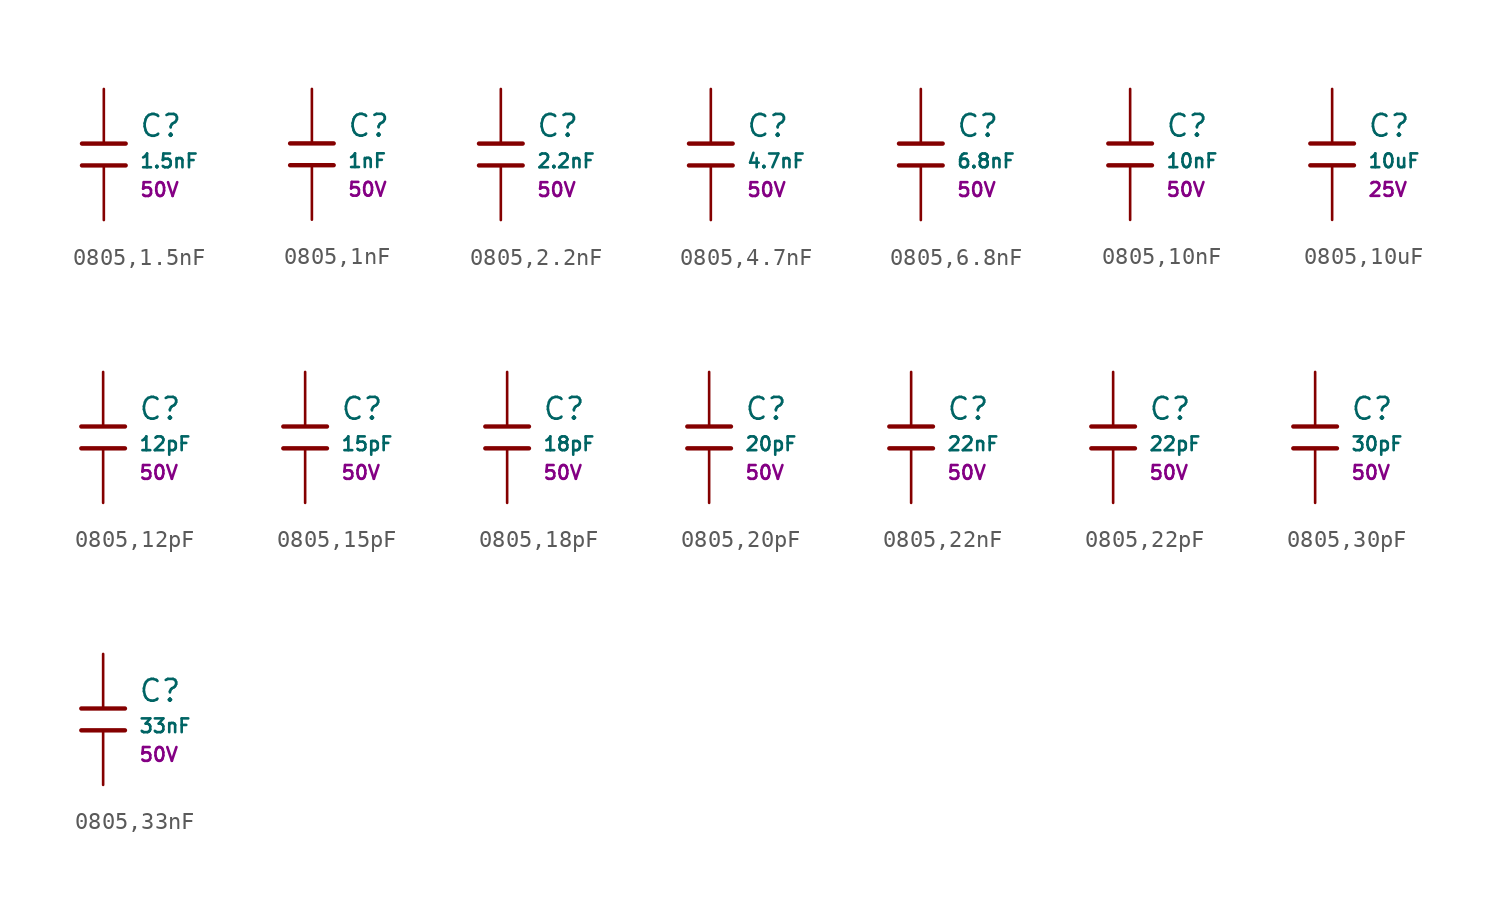
<source format=kicad_sym>
(kicad_symbol_lib
  (version 20241209)
  (generator "kicad_symbol_editor")
  (generator_version "9.0")
  (symbol "0805,1.5nF"
    (pin_numbers
      (hide yes))
    (pin_names
      (offset 0))
    (property "Reference" "C"
      (at 2.032 1.668 0)
      (effects (font (size 1.27 1.27)) (justify left)))
    (property "Value" "1.5nF"
      (at 2.032 -0.378 0)
      (effects (font (size 0.8 0.8)) (justify left)))
    (property "Voltage Rated" "50V"
      (at 2.032 -2.046 0)
      (effects (font (size 0.8 0.8)) (justify left)))
    (symbol "0805,1.5nF_0_1"
      (polyline (pts (xy -1.27 0.635) (xy 1.27 0.635)) (stroke (width 0.254) (type default)) (fill (type none)))
      (polyline (pts (xy -1.27 -0.635) (xy 1.27 -0.635)) (stroke (width 0.254) (type default)) (fill (type none))))
    (symbol "0805,1.5nF_1_1"
      (pin passive line (at 0 3.81 270) (length 3.175) (name "~" (effects (font (size 1.27 1.27)))) (number "1" (effects (font (size 1.27 1.27)))))
      (pin passive line (at 0 -3.81 90) (length 3.175) (name "~" (effects (font (size 1.27 1.27)))) (number "2" (effects (font (size 1.27 1.27)))))))
  (symbol "0805,1nF"
    (pin_numbers
      (hide yes))
    (pin_names
      (offset 0))
    (property "Reference" "C"
      (at 2.032 1.668 0)
      (effects (font (size 1.27 1.27)) (justify left)))
    (property "Value" "1nF"
      (at 2.032 -0.378 0)
      (effects (font (size 0.8 0.8)) (justify left)))
    (property "Voltage Rated" "50V"
      (at 2.032 -2.046 0)
      (effects (font (size 0.8 0.8)) (justify left)))
    (symbol "0805,1nF_0_1"
      (polyline (pts (xy -1.27 0.635) (xy 1.27 0.635)) (stroke (width 0.254) (type default)) (fill (type none)))
      (polyline (pts (xy -1.27 -0.635) (xy 1.27 -0.635)) (stroke (width 0.254) (type default)) (fill (type none))))
    (symbol "0805,1nF_1_1"
      (pin passive line (at 0 3.81 270) (length 3.175) (name "~" (effects (font (size 1.27 1.27)))) (number "1" (effects (font (size 1.27 1.27)))))
      (pin passive line (at 0 -3.81 90) (length 3.175) (name "~" (effects (font (size 1.27 1.27)))) (number "2" (effects (font (size 1.27 1.27)))))))
  (symbol "0805,2.2nF"
    (pin_numbers
      (hide yes))
    (pin_names
      (offset 0))
    (property "Reference" "C"
      (at 2.032 1.668 0)
      (effects (font (size 1.27 1.27)) (justify left)))
    (property "Value" "2.2nF"
      (at 2.032 -0.378 0)
      (effects (font (size 0.8 0.8)) (justify left)))
    (property "Voltage Rated" "50V"
      (at 2.032 -2.046 0)
      (effects (font (size 0.8 0.8)) (justify left)))
    (symbol "0805,2.2nF_0_1"
      (polyline (pts (xy -1.27 0.635) (xy 1.27 0.635)) (stroke (width 0.254) (type default)) (fill (type none)))
      (polyline (pts (xy -1.27 -0.635) (xy 1.27 -0.635)) (stroke (width 0.254) (type default)) (fill (type none))))
    (symbol "0805,2.2nF_1_1"
      (pin passive line (at 0 3.81 270) (length 3.175) (name "~" (effects (font (size 1.27 1.27)))) (number "1" (effects (font (size 1.27 1.27)))))
      (pin passive line (at 0 -3.81 90) (length 3.175) (name "~" (effects (font (size 1.27 1.27)))) (number "2" (effects (font (size 1.27 1.27)))))))
  (symbol "0805,4.7nF"
    (pin_numbers
      (hide yes))
    (pin_names
      (offset 0))
    (property "Reference" "C"
      (at 2.032 1.668 0)
      (effects (font (size 1.27 1.27)) (justify left)))
    (property "Value" "4.7nF"
      (at 2.032 -0.378 0)
      (effects (font (size 0.8 0.8)) (justify left)))
    (property "Voltage Rated" "50V"
      (at 2.032 -2.046 0)
      (effects (font (size 0.8 0.8)) (justify left)))
    (symbol "0805,4.7nF_0_1"
      (polyline (pts (xy -1.27 0.635) (xy 1.27 0.635)) (stroke (width 0.254) (type default)) (fill (type none)))
      (polyline (pts (xy -1.27 -0.635) (xy 1.27 -0.635)) (stroke (width 0.254) (type default)) (fill (type none))))
    (symbol "0805,4.7nF_1_1"
      (pin passive line (at 0 3.81 270) (length 3.175) (name "~" (effects (font (size 1.27 1.27)))) (number "1" (effects (font (size 1.27 1.27)))))
      (pin passive line (at 0 -3.81 90) (length 3.175) (name "~" (effects (font (size 1.27 1.27)))) (number "2" (effects (font (size 1.27 1.27)))))))
  (symbol "0805,6.8nF"
    (pin_numbers
      (hide yes))
    (pin_names
      (offset 0))
    (property "Reference" "C"
      (at 2.032 1.668 0)
      (effects (font (size 1.27 1.27)) (justify left)))
    (property "Value" "6.8nF"
      (at 2.032 -0.378 0)
      (effects (font (size 0.8 0.8)) (justify left)))
    (property "Voltage Rated" "50V"
      (at 2.032 -2.046 0)
      (effects (font (size 0.8 0.8)) (justify left)))
    (symbol "0805,6.8nF_0_1"
      (polyline (pts (xy -1.27 0.635) (xy 1.27 0.635)) (stroke (width 0.254) (type default)) (fill (type none)))
      (polyline (pts (xy -1.27 -0.635) (xy 1.27 -0.635)) (stroke (width 0.254) (type default)) (fill (type none))))
    (symbol "0805,6.8nF_1_1"
      (pin passive line (at 0 3.81 270) (length 3.175) (name "~" (effects (font (size 1.27 1.27)))) (number "1" (effects (font (size 1.27 1.27)))))
      (pin passive line (at 0 -3.81 90) (length 3.175) (name "~" (effects (font (size 1.27 1.27)))) (number "2" (effects (font (size 1.27 1.27)))))))
  (symbol "0805,10nF"
    (pin_numbers
      (hide yes))
    (pin_names
      (offset 0))
    (property "Reference" "C"
      (at 2.032 1.668 0)
      (effects (font (size 1.27 1.27)) (justify left)))
    (property "Value" "10nF"
      (at 2.032 -0.378 0)
      (effects (font (size 0.8 0.8)) (justify left)))
    (property "Voltage Rated" "50V"
      (at 2.032 -2.046 0)
      (effects (font (size 0.8 0.8)) (justify left)))
    (symbol "0805,10nF_0_1"
      (polyline (pts (xy -1.27 0.635) (xy 1.27 0.635)) (stroke (width 0.254) (type default)) (fill (type none)))
      (polyline (pts (xy -1.27 -0.635) (xy 1.27 -0.635)) (stroke (width 0.254) (type default)) (fill (type none))))
    (symbol "0805,10nF_1_1"
      (pin passive line (at 0 3.81 270) (length 3.175) (name "~" (effects (font (size 1.27 1.27)))) (number "1" (effects (font (size 1.27 1.27)))))
      (pin passive line (at 0 -3.81 90) (length 3.175) (name "~" (effects (font (size 1.27 1.27)))) (number "2" (effects (font (size 1.27 1.27)))))))
  (symbol "0805,10uF"
    (pin_numbers
      (hide yes))
    (pin_names
      (offset 0))
    (property "Reference" "C"
      (at 2.032 1.668 0)
      (effects (font (size 1.27 1.27)) (justify left)))
    (property "Value" "10uF"
      (at 2.032 -0.378 0)
      (effects (font (size 0.8 0.8)) (justify left)))
    (property "Voltage Rated" "25V"
      (at 2.032 -2.046 0)
      (effects (font (size 0.8 0.8)) (justify left)))
    (symbol "0805,10uF_0_1"
      (polyline (pts (xy -1.27 0.635) (xy 1.27 0.635)) (stroke (width 0.254) (type default)) (fill (type none)))
      (polyline (pts (xy -1.27 -0.635) (xy 1.27 -0.635)) (stroke (width 0.254) (type default)) (fill (type none))))
    (symbol "0805,10uF_1_1"
      (pin passive line (at 0 3.81 270) (length 3.175) (name "~" (effects (font (size 1.27 1.27)))) (number "1" (effects (font (size 1.27 1.27)))))
      (pin passive line (at 0 -3.81 90) (length 3.175) (name "~" (effects (font (size 1.27 1.27)))) (number "2" (effects (font (size 1.27 1.27)))))))
  (symbol "0805,12pF"
    (pin_numbers
      (hide yes))
    (pin_names
      (offset 0))
    (property "Reference" "C"
      (at 2.032 1.668 0)
      (effects (font (size 1.27 1.27)) (justify left)))
    (property "Value" "12pF"
      (at 2.032 -0.378 0)
      (effects (font (size 0.8 0.8)) (justify left)))
    (property "Voltage Rated" "50V"
      (at 2.032 -2.046 0)
      (effects (font (size 0.8 0.8)) (justify left)))
    (symbol "0805,12pF_0_1"
      (polyline (pts (xy -1.27 0.635) (xy 1.27 0.635)) (stroke (width 0.254) (type default)) (fill (type none)))
      (polyline (pts (xy -1.27 -0.635) (xy 1.27 -0.635)) (stroke (width 0.254) (type default)) (fill (type none))))
    (symbol "0805,12pF_1_1"
      (pin passive line (at 0 3.81 270) (length 3.175) (name "~" (effects (font (size 1.27 1.27)))) (number "1" (effects (font (size 1.27 1.27)))))
      (pin passive line (at 0 -3.81 90) (length 3.175) (name "~" (effects (font (size 1.27 1.27)))) (number "2" (effects (font (size 1.27 1.27)))))))
  (symbol "0805,15pF"
    (pin_numbers
      (hide yes))
    (pin_names
      (offset 0))
    (property "Reference" "C"
      (at 2.032 1.668 0)
      (effects (font (size 1.27 1.27)) (justify left)))
    (property "Value" "15pF"
      (at 2.032 -0.378 0)
      (effects (font (size 0.8 0.8)) (justify left)))
    (property "Voltage Rated" "50V"
      (at 2.032 -2.046 0)
      (effects (font (size 0.8 0.8)) (justify left)))
    (symbol "0805,15pF_0_1"
      (polyline (pts (xy -1.27 0.635) (xy 1.27 0.635)) (stroke (width 0.254) (type default)) (fill (type none)))
      (polyline (pts (xy -1.27 -0.635) (xy 1.27 -0.635)) (stroke (width 0.254) (type default)) (fill (type none))))
    (symbol "0805,15pF_1_1"
      (pin passive line (at 0 3.81 270) (length 3.175) (name "~" (effects (font (size 1.27 1.27)))) (number "1" (effects (font (size 1.27 1.27)))))
      (pin passive line (at 0 -3.81 90) (length 3.175) (name "~" (effects (font (size 1.27 1.27)))) (number "2" (effects (font (size 1.27 1.27)))))))
  (symbol "0805,18pF"
    (pin_numbers
      (hide yes))
    (pin_names
      (offset 0))
    (property "Reference" "C"
      (at 2.032 1.668 0)
      (effects (font (size 1.27 1.27)) (justify left)))
    (property "Value" "18pF"
      (at 2.032 -0.378 0)
      (effects (font (size 0.8 0.8)) (justify left)))
    (property "Voltage Rated" "50V"
      (at 2.032 -2.046 0)
      (effects (font (size 0.8 0.8)) (justify left)))
    (symbol "0805,18pF_0_1"
      (polyline (pts (xy -1.27 0.635) (xy 1.27 0.635)) (stroke (width 0.254) (type default)) (fill (type none)))
      (polyline (pts (xy -1.27 -0.635) (xy 1.27 -0.635)) (stroke (width 0.254) (type default)) (fill (type none))))
    (symbol "0805,18pF_1_1"
      (pin passive line (at 0 3.81 270) (length 3.175) (name "~" (effects (font (size 1.27 1.27)))) (number "1" (effects (font (size 1.27 1.27)))))
      (pin passive line (at 0 -3.81 90) (length 3.175) (name "~" (effects (font (size 1.27 1.27)))) (number "2" (effects (font (size 1.27 1.27)))))))
  (symbol "0805,20pF"
    (pin_numbers
      (hide yes))
    (pin_names
      (offset 0))
    (property "Reference" "C"
      (at 2.032 1.668 0)
      (effects (font (size 1.27 1.27)) (justify left)))
    (property "Value" "20pF"
      (at 2.032 -0.378 0)
      (effects (font (size 0.8 0.8)) (justify left)))
    (property "Voltage Rated" "50V"
      (at 2.032 -2.046 0)
      (effects (font (size 0.8 0.8)) (justify left)))
    (symbol "0805,20pF_0_1"
      (polyline (pts (xy -1.27 0.635) (xy 1.27 0.635)) (stroke (width 0.254) (type default)) (fill (type none)))
      (polyline (pts (xy -1.27 -0.635) (xy 1.27 -0.635)) (stroke (width 0.254) (type default)) (fill (type none))))
    (symbol "0805,20pF_1_1"
      (pin passive line (at 0 3.81 270) (length 3.175) (name "~" (effects (font (size 1.27 1.27)))) (number "1" (effects (font (size 1.27 1.27)))))
      (pin passive line (at 0 -3.81 90) (length 3.175) (name "~" (effects (font (size 1.27 1.27)))) (number "2" (effects (font (size 1.27 1.27)))))))
  (symbol "0805,22nF"
    (pin_numbers
      (hide yes))
    (pin_names
      (offset 0))
    (property "Reference" "C"
      (at 2.032 1.668 0)
      (effects (font (size 1.27 1.27)) (justify left)))
    (property "Value" "22nF"
      (at 2.032 -0.378 0)
      (effects (font (size 0.8 0.8)) (justify left)))
    (property "Voltage Rated" "50V"
      (at 2.032 -2.046 0)
      (effects (font (size 0.8 0.8)) (justify left)))
    (symbol "0805,22nF_0_1"
      (polyline (pts (xy -1.27 0.635) (xy 1.27 0.635)) (stroke (width 0.254) (type default)) (fill (type none)))
      (polyline (pts (xy -1.27 -0.635) (xy 1.27 -0.635)) (stroke (width 0.254) (type default)) (fill (type none))))
    (symbol "0805,22nF_1_1"
      (pin passive line (at 0 3.81 270) (length 3.175) (name "~" (effects (font (size 1.27 1.27)))) (number "1" (effects (font (size 1.27 1.27)))))
      (pin passive line (at 0 -3.81 90) (length 3.175) (name "~" (effects (font (size 1.27 1.27)))) (number "2" (effects (font (size 1.27 1.27)))))))
  (symbol "0805,22pF"
    (pin_numbers
      (hide yes))
    (pin_names
      (offset 0))
    (property "Reference" "C"
      (at 2.032 1.668 0)
      (effects (font (size 1.27 1.27)) (justify left)))
    (property "Value" "22pF"
      (at 2.032 -0.378 0)
      (effects (font (size 0.8 0.8)) (justify left)))
    (property "Voltage Rated" "50V"
      (at 2.032 -2.046 0)
      (effects (font (size 0.8 0.8)) (justify left)))
    (symbol "0805,22pF_0_1"
      (polyline (pts (xy -1.27 0.635) (xy 1.27 0.635)) (stroke (width 0.254) (type default)) (fill (type none)))
      (polyline (pts (xy -1.27 -0.635) (xy 1.27 -0.635)) (stroke (width 0.254) (type default)) (fill (type none))))
    (symbol "0805,22pF_1_1"
      (pin passive line (at 0 3.81 270) (length 3.175) (name "~" (effects (font (size 1.27 1.27)))) (number "1" (effects (font (size 1.27 1.27)))))
      (pin passive line (at 0 -3.81 90) (length 3.175) (name "~" (effects (font (size 1.27 1.27)))) (number "2" (effects (font (size 1.27 1.27)))))))
  (symbol "0805,30pF"
    (pin_numbers
      (hide yes))
    (pin_names
      (offset 0))
    (property "Reference" "C"
      (at 2.032 1.668 0)
      (effects (font (size 1.27 1.27)) (justify left)))
    (property "Value" "30pF"
      (at 2.032 -0.378 0)
      (effects (font (size 0.8 0.8)) (justify left)))
    (property "Voltage Rated" "50V"
      (at 2.032 -2.046 0)
      (effects (font (size 0.8 0.8)) (justify left)))
    (symbol "0805,30pF_0_1"
      (polyline (pts (xy -1.27 0.635) (xy 1.27 0.635)) (stroke (width 0.254) (type default)) (fill (type none)))
      (polyline (pts (xy -1.27 -0.635) (xy 1.27 -0.635)) (stroke (width 0.254) (type default)) (fill (type none))))
    (symbol "0805,30pF_1_1"
      (pin passive line (at 0 3.81 270) (length 3.175) (name "~" (effects (font (size 1.27 1.27)))) (number "1" (effects (font (size 1.27 1.27)))))
      (pin passive line (at 0 -3.81 90) (length 3.175) (name "~" (effects (font (size 1.27 1.27)))) (number "2" (effects (font (size 1.27 1.27)))))))
  (symbol "0805,33nF"
    (pin_numbers
      (hide yes))
    (pin_names
      (offset 0))
    (property "Reference" "C"
      (at 2.032 1.668 0)
      (effects (font (size 1.27 1.27)) (justify left)))
    (property "Value" "33nF"
      (at 2.032 -0.378 0)
      (effects (font (size 0.8 0.8)) (justify left)))
    (property "Voltage Rated" "50V"
      (at 2.032 -2.046 0)
      (effects (font (size 0.8 0.8)) (justify left)))
    (symbol "0805,33nF_0_1"
      (polyline (pts (xy -1.27 0.635) (xy 1.27 0.635)) (stroke (width 0.254) (type default)) (fill (type none)))
      (polyline (pts (xy -1.27 -0.635) (xy 1.27 -0.635)) (stroke (width 0.254) (type default)) (fill (type none))))
    (symbol "0805,33nF_1_1"
      (pin passive line (at 0 3.81 270) (length 3.175) (name "~" (effects (font (size 1.27 1.27)))) (number "1" (effects (font (size 1.27 1.27)))))
      (pin passive line (at 0 -3.81 90) (length 3.175) (name "~" (effects (font (size 1.27 1.27)))) (number "2" (effects (font (size 1.27 1.27))))))))
</source>
